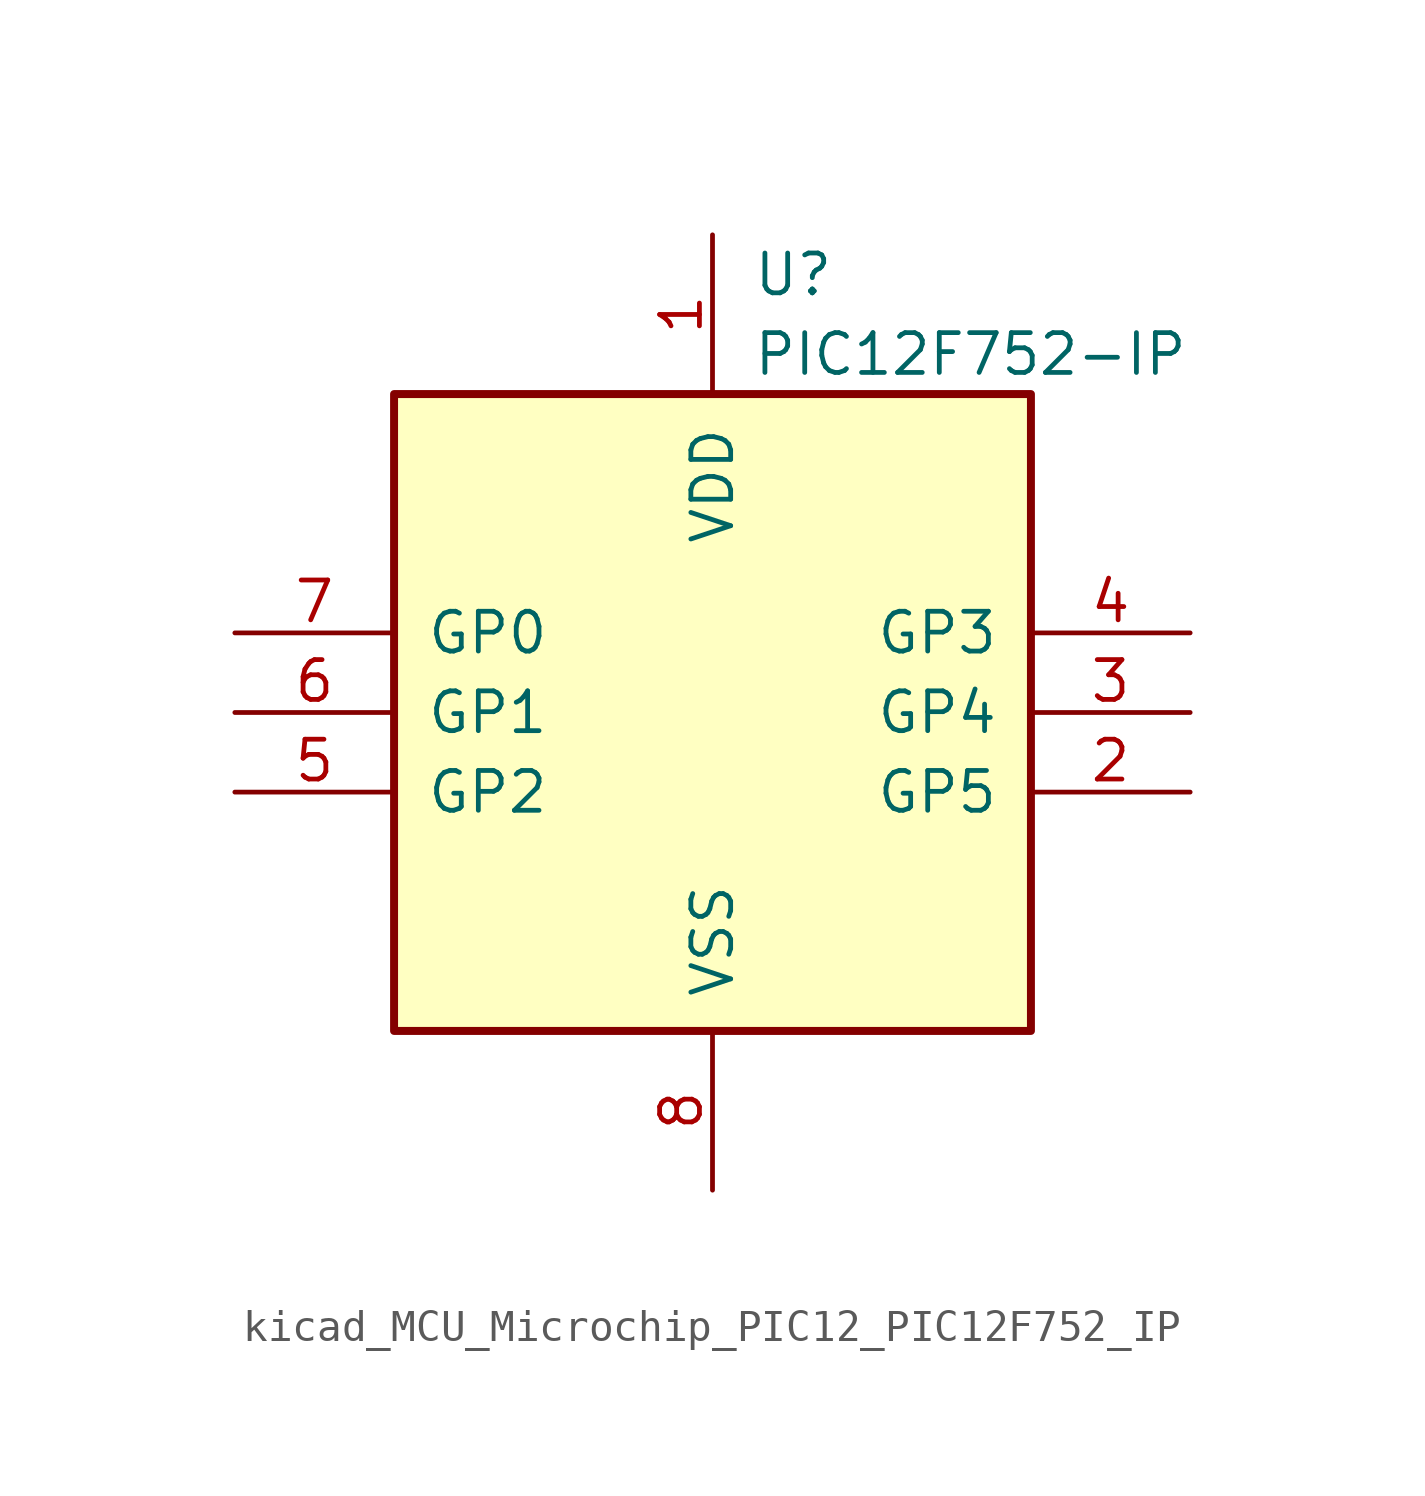
<source format=kicad_sym>
(kicad_symbol_lib
  (version 20220914)
  (generator kicad_symbol_editor)
  (symbol "kicad_MCU_Microchip_PIC12_PIC12F752_IP"
    (pin_names
      (offset 1.016))
    (property "Reference" "U"
      (at 1.27 13.97 0)
      (effects (font (size 1.27 1.27)) (justify left)))
    (property "Value" "PIC12F752-IP"
      (at 1.27 11.43 0)
      (effects (font (size 1.27 1.27)) (justify left)))
    (symbol "kicad_MCU_Microchip_PIC12_PIC12F752_IP_0_1"
      (rectangle (start 10.16 -10.16) (end -10.16 10.16) (stroke (width 0.254) (type default)) (fill (type background))))
    (symbol "kicad_MCU_Microchip_PIC12_PIC12F752_IP_1_1"
      (pin power_in line (at 0 15.24 270) (length 5.08) (name "VDD" (effects (font (size 1.27 1.27)))) (number "1" (effects (font (size 1.27 1.27)))))
      (pin bidirectional line (at 15.24 -2.54 180) (length 5.08) (name "GP5" (effects (font (size 1.27 1.27)))) (number "2" (effects (font (size 1.27 1.27)))))
      (pin bidirectional line (at 15.24 0 180) (length 5.08) (name "GP4" (effects (font (size 1.27 1.27)))) (number "3" (effects (font (size 1.27 1.27)))))
      (pin input line (at 15.24 2.54 180) (length 5.08) (name "GP3" (effects (font (size 1.27 1.27)))) (number "4" (effects (font (size 1.27 1.27)))))
      (pin bidirectional line (at -15.24 -2.54 0) (length 5.08) (name "GP2" (effects (font (size 1.27 1.27)))) (number "5" (effects (font (size 1.27 1.27)))))
      (pin bidirectional line (at -15.24 0 0) (length 5.08) (name "GP1" (effects (font (size 1.27 1.27)))) (number "6" (effects (font (size 1.27 1.27)))))
      (pin bidirectional line (at -15.24 2.54 0) (length 5.08) (name "GP0" (effects (font (size 1.27 1.27)))) (number "7" (effects (font (size 1.27 1.27)))))
      (pin power_in line (at 0 -15.24 90) (length 5.08) (name "VSS" (effects (font (size 1.27 1.27)))) (number "8" (effects (font (size 1.27 1.27))))))))
</source>
